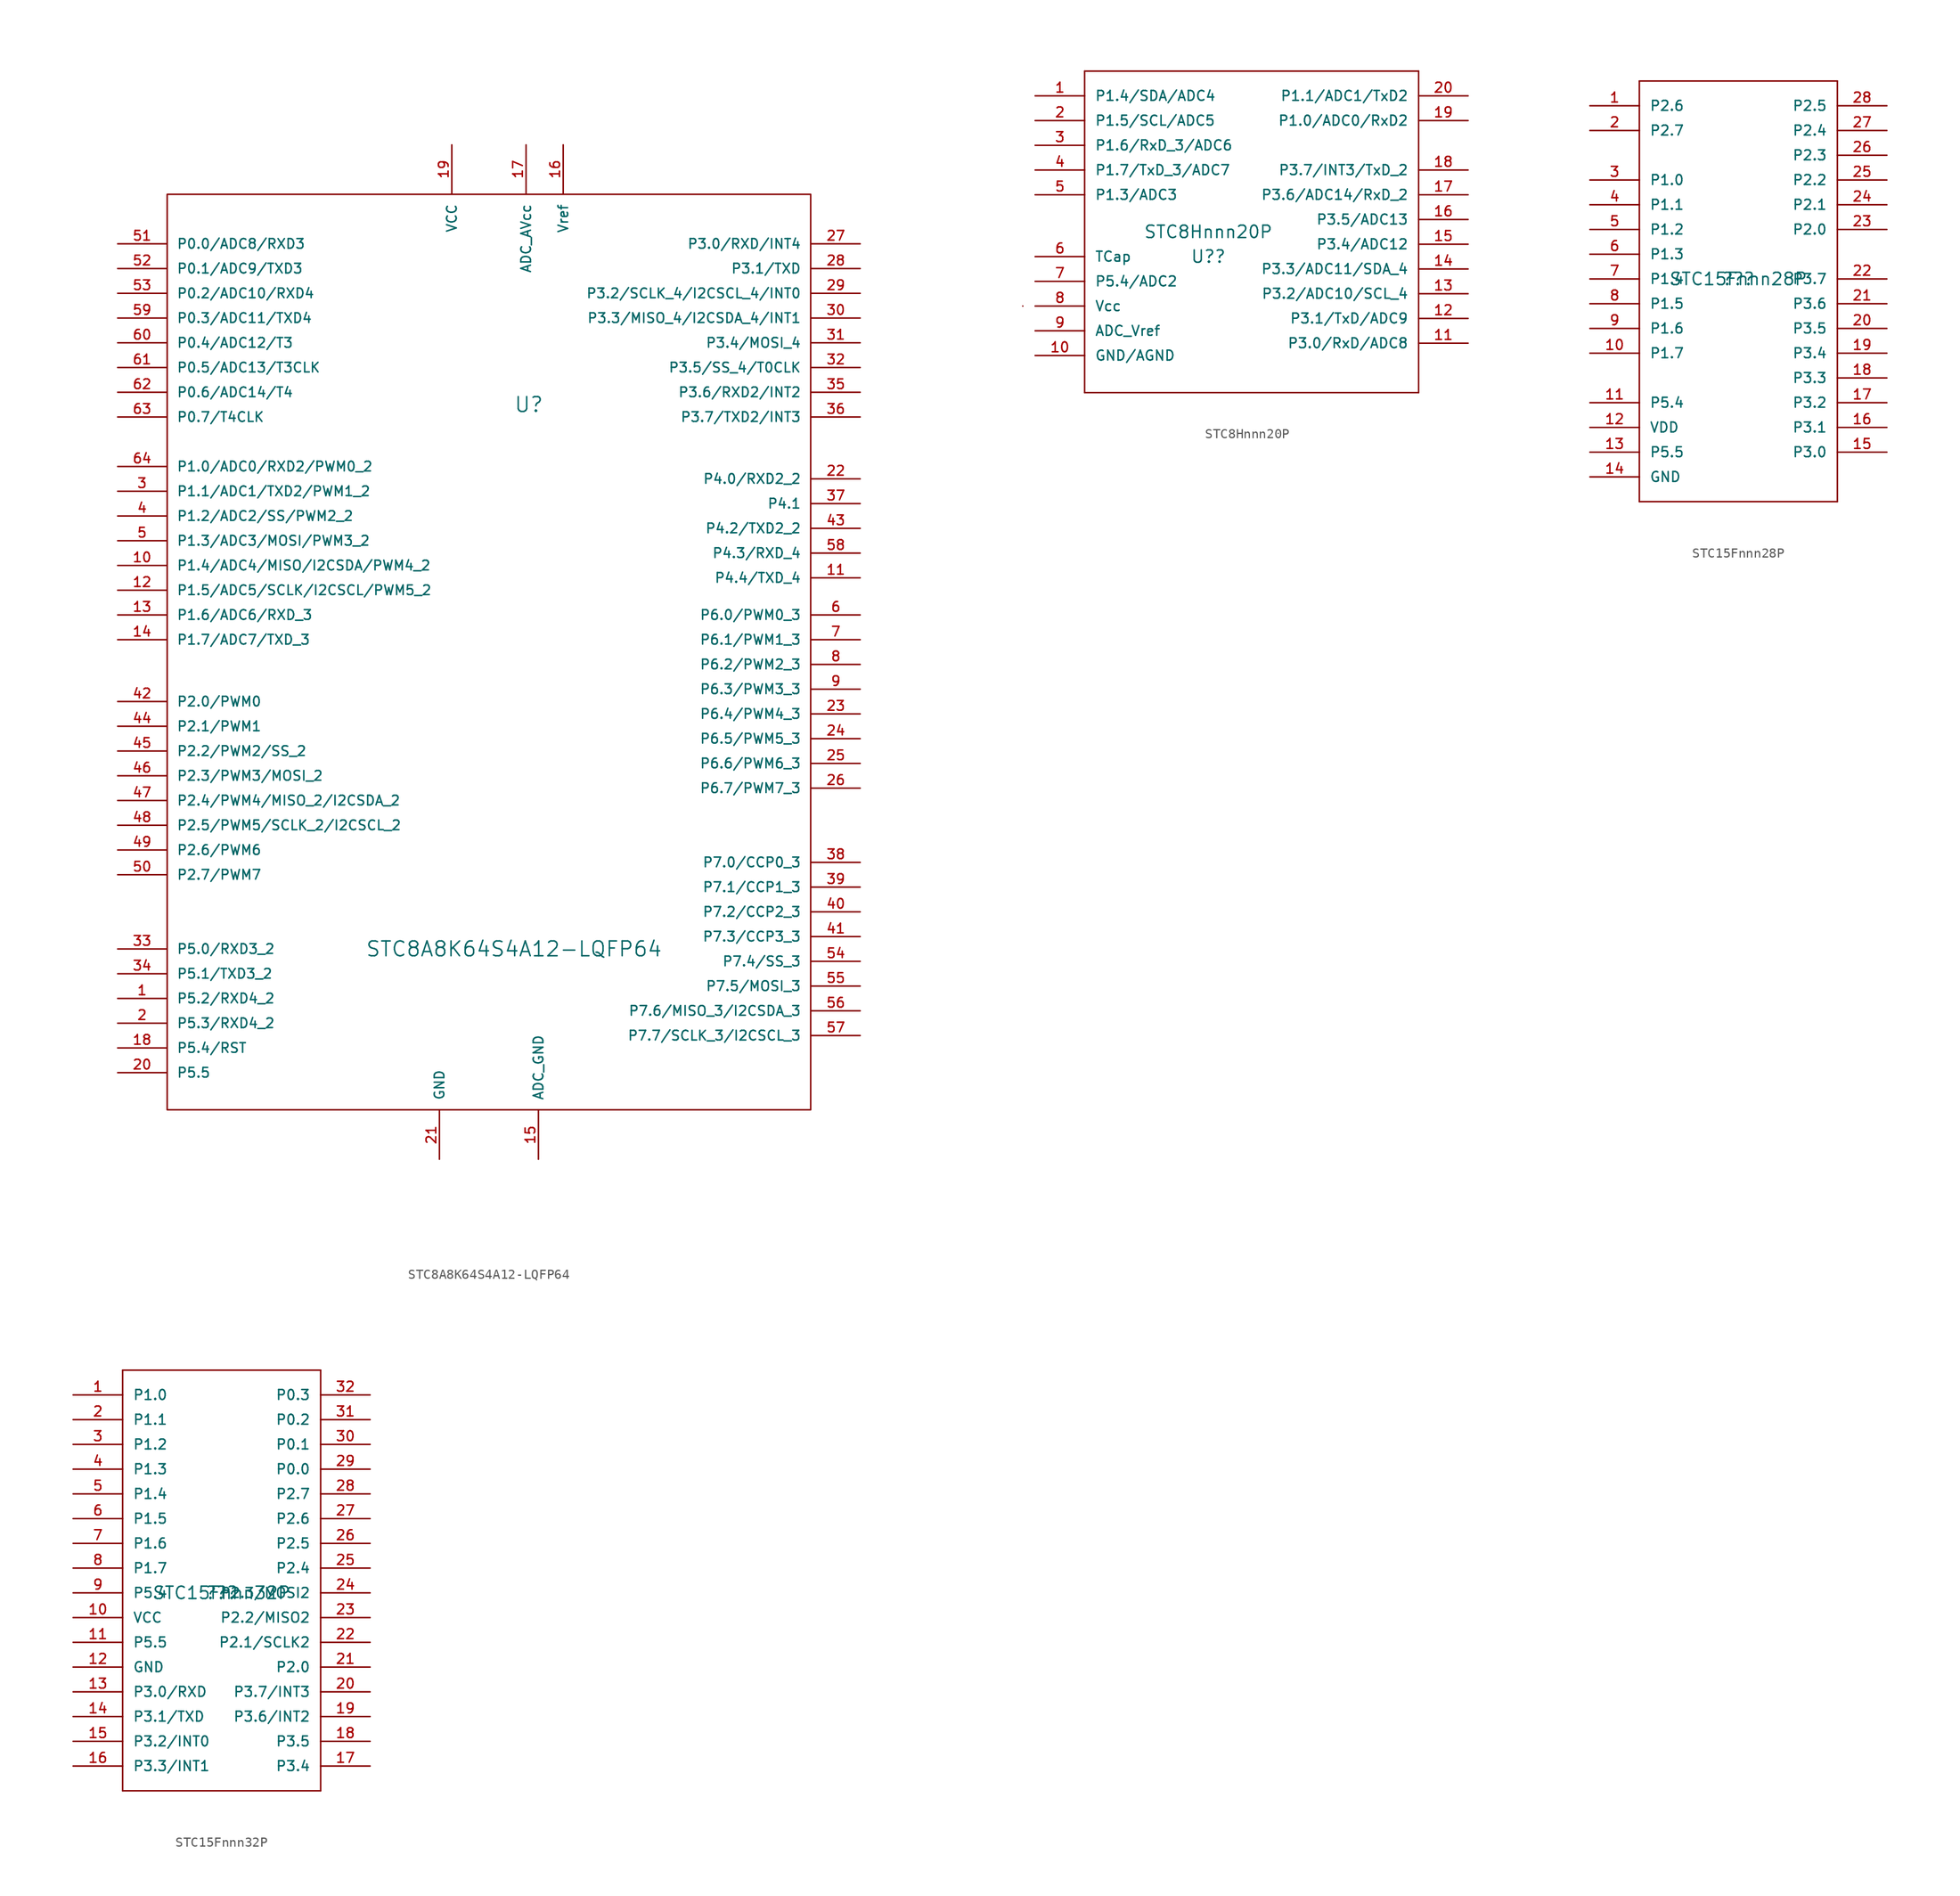
<source format=kicad_sym>
(kicad_symbol_lib
  (version 20211014)
  (generator kicad_symbol_editor)
  (symbol "STC8A8K64S4A12-LQFP64"
    (pin_names
      (offset 1.016))
    (property "Reference" "U"
      (at 2.54 25.4 0)
      (effects (font (size 1.524 1.524)) (justify left)))
    (property "Value" "STC8A8K64S4A12-LQFP64"
      (at -12.7 -30.48 0)
      (effects (font (size 1.524 1.524)) (justify left)))
    (property "Footprint" ""
      (at 0 0 0)
      (effects (font (size 1.524 1.524))))
    (property "Datasheet" ""
      (at 0 0 0)
      (effects (font (size 1.524 1.524))))
    (symbol "STC8A8K64S4A12-LQFP64_0_1"
      (rectangle (start -33.02 46.99) (end 33.02 -46.99) (stroke (width 0) (type default) (color 0 0 0 0)) (fill (type none))))
    (symbol "STC8A8K64S4A12-LQFP64_1_1"
      (pin bidirectional line (at -38.1 -35.56 0) (length 5.004) (name "P5.2/RXD4_2" (effects (font (size 0.991 0.991)))) (number "1" (effects (font (size 0.991 0.991)))))
      (pin bidirectional line (at -38.1 8.89 0) (length 5.004) (name "P1.4/ADC4/MISO/I2CSDA/PWM4_2" (effects (font (size 0.991 0.991)))) (number "10" (effects (font (size 0.991 0.991)))))
      (pin bidirectional line (at 38.1 7.62 180) (length 5.004) (name "P4.4/TXD_4" (effects (font (size 0.991 0.991)))) (number "11" (effects (font (size 0.991 0.991)))))
      (pin bidirectional line (at -38.1 6.35 0) (length 5.004) (name "P1.5/ADC5/SCLK/I2CSCL/PWM5_2" (effects (font (size 0.991 0.991)))) (number "12" (effects (font (size 0.991 0.991)))))
      (pin bidirectional line (at -38.1 3.81 0) (length 5.004) (name "P1.6/ADC6/RXD_3" (effects (font (size 0.991 0.991)))) (number "13" (effects (font (size 0.991 0.991)))))
      (pin bidirectional line (at -38.1 1.27 0) (length 5.004) (name "P1.7/ADC7/TXD_3" (effects (font (size 0.991 0.991)))) (number "14" (effects (font (size 0.991 0.991)))))
      (pin power_in line (at 5.08 -52.07 90) (length 5.004) (name "ADC_GND" (effects (font (size 0.991 0.991)))) (number "15" (effects (font (size 0.991 0.991)))))
      (pin power_in line (at 7.62 52.07 270) (length 5.004) (name "Vref" (effects (font (size 0.991 0.991)))) (number "16" (effects (font (size 0.991 0.991)))))
      (pin power_in line (at 3.81 52.07 270) (length 5.004) (name "ADC_AVcc" (effects (font (size 0.991 0.991)))) (number "17" (effects (font (size 0.991 0.991)))))
      (pin bidirectional line (at -38.1 -40.64 0) (length 5.004) (name "P5.4/RST" (effects (font (size 0.991 0.991)))) (number "18" (effects (font (size 0.991 0.991)))))
      (pin power_in line (at -3.81 52.07 270) (length 5.004) (name "VCC" (effects (font (size 0.991 0.991)))) (number "19" (effects (font (size 0.991 0.991)))))
      (pin bidirectional line (at -38.1 -38.1 0) (length 5.004) (name "P5.3/RXD4_2" (effects (font (size 0.991 0.991)))) (number "2" (effects (font (size 0.991 0.991)))))
      (pin bidirectional line (at -38.1 -43.18 0) (length 5.004) (name "P5.5" (effects (font (size 0.991 0.991)))) (number "20" (effects (font (size 0.991 0.991)))))
      (pin power_in line (at -5.08 -52.07 90) (length 5.004) (name "GND" (effects (font (size 0.991 0.991)))) (number "21" (effects (font (size 0.991 0.991)))))
      (pin bidirectional line (at 38.1 17.78 180) (length 5.004) (name "P4.0/RXD2_2" (effects (font (size 0.991 0.991)))) (number "22" (effects (font (size 0.991 0.991)))))
      (pin bidirectional line (at 38.1 -6.35 180) (length 5.004) (name "P6.4/PWM4_3" (effects (font (size 0.991 0.991)))) (number "23" (effects (font (size 0.991 0.991)))))
      (pin bidirectional line (at 38.1 -8.89 180) (length 5.004) (name "P6.5/PWM5_3" (effects (font (size 0.991 0.991)))) (number "24" (effects (font (size 0.991 0.991)))))
      (pin bidirectional line (at 38.1 -11.43 180) (length 5.004) (name "P6.6/PWM6_3" (effects (font (size 0.991 0.991)))) (number "25" (effects (font (size 0.991 0.991)))))
      (pin bidirectional line (at 38.1 -13.97 180) (length 5.004) (name "P6.7/PWM7_3" (effects (font (size 0.991 0.991)))) (number "26" (effects (font (size 0.991 0.991)))))
      (pin bidirectional line (at 38.1 41.91 180) (length 5.004) (name "P3.0/RXD/INT4" (effects (font (size 0.991 0.991)))) (number "27" (effects (font (size 0.991 0.991)))))
      (pin bidirectional line (at 38.1 39.37 180) (length 5.004) (name "P3.1/TXD" (effects (font (size 0.991 0.991)))) (number "28" (effects (font (size 0.991 0.991)))))
      (pin bidirectional line (at 38.1 36.83 180) (length 5.004) (name "P3.2/SCLK_4/I2CSCL_4/INT0" (effects (font (size 0.991 0.991)))) (number "29" (effects (font (size 0.991 0.991)))))
      (pin bidirectional line (at -38.1 16.51 0) (length 5.004) (name "P1.1/ADC1/TXD2/PWM1_2" (effects (font (size 0.991 0.991)))) (number "3" (effects (font (size 0.991 0.991)))))
      (pin bidirectional line (at 38.1 34.29 180) (length 5.004) (name "P3.3/MISO_4/I2CSDA_4/INT1" (effects (font (size 0.991 0.991)))) (number "30" (effects (font (size 0.991 0.991)))))
      (pin bidirectional line (at 38.1 31.75 180) (length 5.004) (name "P3.4/MOSI_4" (effects (font (size 0.991 0.991)))) (number "31" (effects (font (size 0.991 0.991)))))
      (pin bidirectional line (at 38.1 29.21 180) (length 5.004) (name "P3.5/SS_4/T0CLK" (effects (font (size 0.991 0.991)))) (number "32" (effects (font (size 0.991 0.991)))))
      (pin bidirectional line (at -38.1 -30.48 0) (length 5.004) (name "P5.0/RXD3_2" (effects (font (size 0.991 0.991)))) (number "33" (effects (font (size 0.991 0.991)))))
      (pin bidirectional line (at -38.1 -33.02 0) (length 5.004) (name "P5.1/TXD3_2" (effects (font (size 0.991 0.991)))) (number "34" (effects (font (size 0.991 0.991)))))
      (pin bidirectional line (at 38.1 26.67 180) (length 5.004) (name "P3.6/RXD2/INT2" (effects (font (size 0.991 0.991)))) (number "35" (effects (font (size 0.991 0.991)))))
      (pin bidirectional line (at 38.1 24.13 180) (length 5.004) (name "P3.7/TXD2/INT3" (effects (font (size 0.991 0.991)))) (number "36" (effects (font (size 0.991 0.991)))))
      (pin bidirectional line (at 38.1 15.24 180) (length 5.004) (name "P4.1" (effects (font (size 0.991 0.991)))) (number "37" (effects (font (size 0.991 0.991)))))
      (pin bidirectional line (at 38.1 -21.59 180) (length 5.004) (name "P7.0/CCP0_3" (effects (font (size 0.991 0.991)))) (number "38" (effects (font (size 0.991 0.991)))))
      (pin bidirectional line (at 38.1 -24.13 180) (length 5.004) (name "P7.1/CCP1_3" (effects (font (size 0.991 0.991)))) (number "39" (effects (font (size 0.991 0.991)))))
      (pin bidirectional line (at -38.1 13.97 0) (length 5.004) (name "P1.2/ADC2/SS/PWM2_2" (effects (font (size 0.991 0.991)))) (number "4" (effects (font (size 0.991 0.991)))))
      (pin bidirectional line (at 38.1 -26.67 180) (length 5.004) (name "P7.2/CCP2_3" (effects (font (size 0.991 0.991)))) (number "40" (effects (font (size 0.991 0.991)))))
      (pin bidirectional line (at 38.1 -29.21 180) (length 5.004) (name "P7.3/CCP3_3" (effects (font (size 0.991 0.991)))) (number "41" (effects (font (size 0.991 0.991)))))
      (pin bidirectional line (at -38.1 -5.08 0) (length 5.004) (name "P2.0/PWM0" (effects (font (size 0.991 0.991)))) (number "42" (effects (font (size 0.991 0.991)))))
      (pin bidirectional line (at 38.1 12.7 180) (length 5.004) (name "P4.2/TXD2_2" (effects (font (size 0.991 0.991)))) (number "43" (effects (font (size 0.991 0.991)))))
      (pin bidirectional line (at -38.1 -7.62 0) (length 5.004) (name "P2.1/PWM1" (effects (font (size 0.991 0.991)))) (number "44" (effects (font (size 0.991 0.991)))))
      (pin bidirectional line (at -38.1 -10.16 0) (length 5.004) (name "P2.2/PWM2/SS_2" (effects (font (size 0.991 0.991)))) (number "45" (effects (font (size 0.991 0.991)))))
      (pin bidirectional line (at -38.1 -12.7 0) (length 5.004) (name "P2.3/PWM3/MOSI_2" (effects (font (size 0.991 0.991)))) (number "46" (effects (font (size 0.991 0.991)))))
      (pin bidirectional line (at -38.1 -15.24 0) (length 5.004) (name "P2.4/PWM4/MISO_2/I2CSDA_2" (effects (font (size 0.991 0.991)))) (number "47" (effects (font (size 0.991 0.991)))))
      (pin bidirectional line (at -38.1 -17.78 0) (length 5.004) (name "P2.5/PWM5/SCLK_2/I2CSCL_2" (effects (font (size 0.991 0.991)))) (number "48" (effects (font (size 0.991 0.991)))))
      (pin bidirectional line (at -38.1 -20.32 0) (length 5.004) (name "P2.6/PWM6" (effects (font (size 0.991 0.991)))) (number "49" (effects (font (size 0.991 0.991)))))
      (pin bidirectional line (at -38.1 11.43 0) (length 5.004) (name "P1.3/ADC3/MOSI/PWM3_2" (effects (font (size 0.991 0.991)))) (number "5" (effects (font (size 0.991 0.991)))))
      (pin bidirectional line (at -38.1 -22.86 0) (length 5.004) (name "P2.7/PWM7" (effects (font (size 0.991 0.991)))) (number "50" (effects (font (size 0.991 0.991)))))
      (pin bidirectional line (at -38.1 41.91 0) (length 5.004) (name "P0.0/ADC8/RXD3" (effects (font (size 0.991 0.991)))) (number "51" (effects (font (size 0.991 0.991)))))
      (pin bidirectional line (at -38.1 39.37 0) (length 5.004) (name "P0.1/ADC9/TXD3" (effects (font (size 0.991 0.991)))) (number "52" (effects (font (size 0.991 0.991)))))
      (pin bidirectional line (at -38.1 36.83 0) (length 5.004) (name "P0.2/ADC10/RXD4" (effects (font (size 0.991 0.991)))) (number "53" (effects (font (size 0.991 0.991)))))
      (pin bidirectional line (at 38.1 -31.75 180) (length 5.004) (name "P7.4/SS_3" (effects (font (size 0.991 0.991)))) (number "54" (effects (font (size 0.991 0.991)))))
      (pin bidirectional line (at 38.1 -34.29 180) (length 5.004) (name "P7.5/MOSI_3" (effects (font (size 0.991 0.991)))) (number "55" (effects (font (size 0.991 0.991)))))
      (pin bidirectional line (at 38.1 -36.83 180) (length 5.004) (name "P7.6/MISO_3/I2CSDA_3" (effects (font (size 0.991 0.991)))) (number "56" (effects (font (size 0.991 0.991)))))
      (pin bidirectional line (at 38.1 -39.37 180) (length 5.004) (name "P7.7/SCLK_3/I2CSCL_3" (effects (font (size 0.991 0.991)))) (number "57" (effects (font (size 0.991 0.991)))))
      (pin bidirectional line (at 38.1 10.16 180) (length 5.004) (name "P4.3/RXD_4" (effects (font (size 0.991 0.991)))) (number "58" (effects (font (size 0.991 0.991)))))
      (pin bidirectional line (at -38.1 34.29 0) (length 5.004) (name "P0.3/ADC11/TXD4" (effects (font (size 0.991 0.991)))) (number "59" (effects (font (size 0.991 0.991)))))
      (pin bidirectional line (at 38.1 3.81 180) (length 5.004) (name "P6.0/PWM0_3" (effects (font (size 0.991 0.991)))) (number "6" (effects (font (size 0.991 0.991)))))
      (pin bidirectional line (at -38.1 31.75 0) (length 5.004) (name "P0.4/ADC12/T3" (effects (font (size 0.991 0.991)))) (number "60" (effects (font (size 0.991 0.991)))))
      (pin bidirectional line (at -38.1 29.21 0) (length 5.004) (name "P0.5/ADC13/T3CLK" (effects (font (size 0.991 0.991)))) (number "61" (effects (font (size 0.991 0.991)))))
      (pin bidirectional line (at -38.1 26.67 0) (length 5.004) (name "P0.6/ADC14/T4" (effects (font (size 0.991 0.991)))) (number "62" (effects (font (size 0.991 0.991)))))
      (pin bidirectional line (at -38.1 24.13 0) (length 5.004) (name "P0.7/T4CLK" (effects (font (size 0.991 0.991)))) (number "63" (effects (font (size 0.991 0.991)))))
      (pin bidirectional line (at -38.1 19.05 0) (length 5.004) (name "P1.0/ADC0/RXD2/PWM0_2" (effects (font (size 0.991 0.991)))) (number "64" (effects (font (size 0.991 0.991)))))
      (pin bidirectional line (at 38.1 1.27 180) (length 5.004) (name "P6.1/PWM1_3" (effects (font (size 0.991 0.991)))) (number "7" (effects (font (size 0.991 0.991)))))
      (pin bidirectional line (at 38.1 -1.27 180) (length 5.004) (name "P6.2/PWM2_3" (effects (font (size 0.991 0.991)))) (number "8" (effects (font (size 0.991 0.991)))))
      (pin bidirectional line (at 38.1 -3.81 180) (length 5.004) (name "P6.3/PWM3_3" (effects (font (size 0.991 0.991)))) (number "9" (effects (font (size 0.991 0.991)))))))
  (symbol "STC8Hnnn20P"
    (pin_names
      (offset 1.016))
    (property "Reference" "U?"
      (at -5.08 0 0)
      (effects (font (size 1.27 1.27))))
    (property "Value" "STC8Hnnn20P"
      (at -5.08 2.54 0)
      (effects (font (size 1.27 1.27))))
    (property "ki_locked" ""
      (at 0 0 0)
      (effects (font (size 1.27 1.27))))
    (symbol "STC8Hnnn20P_1_0"
      (polyline (pts (xy -17.78 -13.97) (xy 16.51 -13.97)) (stroke (width 0) (type default) (color 0 0 0 0)) (fill (type none)))
      (polyline (pts (xy -17.78 19.05) (xy -17.78 -13.97)) (stroke (width 0) (type default) (color 0 0 0 0)) (fill (type none)))
      (polyline (pts (xy 16.51 -13.97) (xy 16.51 19.05)) (stroke (width 0) (type default) (color 0 0 0 0)) (fill (type none)))
      (polyline (pts (xy 16.51 19.05) (xy -17.78 19.05)) (stroke (width 0) (type default) (color 0 0 0 0)) (fill (type none))))
    (symbol "STC8Hnnn20P_1_1"
      (rectangle (start -24.13 -5.08) (end -24.13 -5.08) (stroke (width 0) (type default) (color 0 0 0 0)) (fill (type none)))
      (pin bidirectional line (at -22.86 16.51 0) (length 5.08) (name "P1.4/SDA/ADC4" (effects (font (size 1.016 1.016)))) (number "1" (effects (font (size 1.016 1.016)))))
      (pin power_in line (at -22.86 -10.16 0) (length 5.08) (name "GND/AGND" (effects (font (size 1.016 1.016)))) (number "10" (effects (font (size 1.016 1.016)))))
      (pin bidirectional line (at 21.59 -8.89 180) (length 5.08) (name "P3.0/RxD/ADC8" (effects (font (size 1.016 1.016)))) (number "11" (effects (font (size 1.016 1.016)))))
      (pin bidirectional line (at 21.59 -6.35 180) (length 5.08) (name "P3.1/TxD/ADC9" (effects (font (size 1.016 1.016)))) (number "12" (effects (font (size 1.016 1.016)))))
      (pin bidirectional line (at 21.59 -3.81 180) (length 5.08) (name "P3.2/ADC10/SCL_4" (effects (font (size 1.016 1.016)))) (number "13" (effects (font (size 1.016 1.016)))))
      (pin bidirectional line (at 21.59 -1.27 180) (length 5.08) (name "P3.3/ADC11/SDA_4" (effects (font (size 1.016 1.016)))) (number "14" (effects (font (size 1.016 1.016)))))
      (pin bidirectional line (at 21.59 1.27 180) (length 5.08) (name "P3.4/ADC12" (effects (font (size 1.016 1.016)))) (number "15" (effects (font (size 1.016 1.016)))))
      (pin bidirectional line (at 21.59 3.81 180) (length 5.08) (name "P3.5/ADC13" (effects (font (size 1.016 1.016)))) (number "16" (effects (font (size 1.016 1.016)))))
      (pin bidirectional line (at 21.59 6.35 180) (length 5.08) (name "P3.6/ADC14/RxD_2" (effects (font (size 1.016 1.016)))) (number "17" (effects (font (size 1.016 1.016)))))
      (pin bidirectional line (at 21.59 8.89 180) (length 5.08) (name "P3.7/INT3/TxD_2" (effects (font (size 1.016 1.016)))) (number "18" (effects (font (size 1.016 1.016)))))
      (pin bidirectional line (at 21.59 13.97 180) (length 5.08) (name "P1.0/ADC0/RxD2" (effects (font (size 1.016 1.016)))) (number "19" (effects (font (size 1.016 1.016)))))
      (pin bidirectional line (at -22.86 13.97 0) (length 5.08) (name "P1.5/SCL/ADC5" (effects (font (size 1.016 1.016)))) (number "2" (effects (font (size 1.016 1.016)))))
      (pin bidirectional line (at 21.59 16.51 180) (length 5.08) (name "P1.1/ADC1/TxD2" (effects (font (size 1.016 1.016)))) (number "20" (effects (font (size 1.016 1.016)))))
      (pin bidirectional line (at -22.86 11.43 0) (length 5.08) (name "P1.6/RxD_3/ADC6" (effects (font (size 1.016 1.016)))) (number "3" (effects (font (size 1.016 1.016)))))
      (pin bidirectional line (at -22.86 8.89 0) (length 5.08) (name "P1.7/TxD_3/ADC7" (effects (font (size 1.016 1.016)))) (number "4" (effects (font (size 1.016 1.016)))))
      (pin bidirectional line (at -22.86 6.35 0) (length 5.08) (name "P1.3/ADC3" (effects (font (size 1.016 1.016)))) (number "5" (effects (font (size 1.016 1.016)))))
      (pin bidirectional line (at -22.86 0 0) (length 5.08) (name "TCap" (effects (font (size 1.016 1.016)))) (number "6" (effects (font (size 1.016 1.016)))))
      (pin bidirectional line (at -22.86 -2.54 0) (length 5.08) (name "P5.4/ADC2" (effects (font (size 1.016 1.016)))) (number "7" (effects (font (size 1.016 1.016)))))
      (pin power_in line (at -22.86 -5.08 0) (length 5.08) (name "Vcc" (effects (font (size 1.016 1.016)))) (number "8" (effects (font (size 1.016 1.016)))))
      (pin input line (at -22.86 -7.62 0) (length 5.08) (name "ADC_Vref" (effects (font (size 1.016 1.016)))) (number "9" (effects (font (size 1.016 1.016)))))))
  (symbol "STC15Fnnn28P"
    (pin_names
      (offset 1.016))
    (property "Reference" "??"
      (at 0 0 0)
      (effects (font (size 1.27 1.27))))
    (property "Value" "STC15Fnnn28P"
      (at 0 0 0)
      (effects (font (size 1.27 1.27))))
    (property "ki_locked" ""
      (at 0 0 0)
      (effects (font (size 1.27 1.27))))
    (symbol "STC15Fnnn28P_1_0"
      (polyline (pts (xy -10.16 -22.86) (xy 10.16 -22.86)) (stroke (width 0) (type default) (color 0 0 0 0)) (fill (type none)))
      (polyline (pts (xy -10.16 20.32) (xy -10.16 -22.86)) (stroke (width 0) (type default) (color 0 0 0 0)) (fill (type none)))
      (polyline (pts (xy 10.16 -22.86) (xy 10.16 20.32)) (stroke (width 0) (type default) (color 0 0 0 0)) (fill (type none)))
      (polyline (pts (xy 10.16 20.32) (xy -10.16 20.32)) (stroke (width 0) (type default) (color 0 0 0 0)) (fill (type none))))
    (symbol "STC15Fnnn28P_1_1"
      (pin bidirectional line (at -15.24 17.78 0) (length 5.08) (name "P2.6" (effects (font (size 1.016 1.016)))) (number "1" (effects (font (size 1.016 1.016)))))
      (pin bidirectional line (at -15.24 -7.62 0) (length 5.08) (name "P1.7" (effects (font (size 1.016 1.016)))) (number "10" (effects (font (size 1.016 1.016)))))
      (pin bidirectional line (at -15.24 -12.7 0) (length 5.08) (name "P5.4" (effects (font (size 1.016 1.016)))) (number "11" (effects (font (size 1.016 1.016)))))
      (pin bidirectional line (at -15.24 -15.24 0) (length 5.08) (name "VDD" (effects (font (size 1.016 1.016)))) (number "12" (effects (font (size 1.016 1.016)))))
      (pin bidirectional line (at -15.24 -17.78 0) (length 5.08) (name "P5.5" (effects (font (size 1.016 1.016)))) (number "13" (effects (font (size 1.016 1.016)))))
      (pin bidirectional line (at -15.24 -20.32 0) (length 5.08) (name "GND" (effects (font (size 1.016 1.016)))) (number "14" (effects (font (size 1.016 1.016)))))
      (pin bidirectional line (at 15.24 -17.78 180) (length 5.08) (name "P3.0" (effects (font (size 1.016 1.016)))) (number "15" (effects (font (size 1.016 1.016)))))
      (pin bidirectional line (at 15.24 -15.24 180) (length 5.08) (name "P3.1" (effects (font (size 1.016 1.016)))) (number "16" (effects (font (size 1.016 1.016)))))
      (pin bidirectional line (at 15.24 -12.7 180) (length 5.08) (name "P3.2" (effects (font (size 1.016 1.016)))) (number "17" (effects (font (size 1.016 1.016)))))
      (pin bidirectional line (at 15.24 -10.16 180) (length 5.08) (name "P3.3" (effects (font (size 1.016 1.016)))) (number "18" (effects (font (size 1.016 1.016)))))
      (pin bidirectional line (at 15.24 -7.62 180) (length 5.08) (name "P3.4" (effects (font (size 1.016 1.016)))) (number "19" (effects (font (size 1.016 1.016)))))
      (pin bidirectional line (at -15.24 15.24 0) (length 5.08) (name "P2.7" (effects (font (size 1.016 1.016)))) (number "2" (effects (font (size 1.016 1.016)))))
      (pin bidirectional line (at 15.24 -5.08 180) (length 5.08) (name "P3.5" (effects (font (size 1.016 1.016)))) (number "20" (effects (font (size 1.016 1.016)))))
      (pin bidirectional line (at 15.24 -2.54 180) (length 5.08) (name "P3.6" (effects (font (size 1.016 1.016)))) (number "21" (effects (font (size 1.016 1.016)))))
      (pin bidirectional line (at 15.24 0 180) (length 5.08) (name "P3.7" (effects (font (size 1.016 1.016)))) (number "22" (effects (font (size 1.016 1.016)))))
      (pin bidirectional line (at 15.24 5.08 180) (length 5.08) (name "P2.0" (effects (font (size 1.016 1.016)))) (number "23" (effects (font (size 1.016 1.016)))))
      (pin bidirectional line (at 15.24 7.62 180) (length 5.08) (name "P2.1" (effects (font (size 1.016 1.016)))) (number "24" (effects (font (size 1.016 1.016)))))
      (pin bidirectional line (at 15.24 10.16 180) (length 5.08) (name "P2.2" (effects (font (size 1.016 1.016)))) (number "25" (effects (font (size 1.016 1.016)))))
      (pin bidirectional line (at 15.24 12.7 180) (length 5.08) (name "P2.3" (effects (font (size 1.016 1.016)))) (number "26" (effects (font (size 1.016 1.016)))))
      (pin bidirectional line (at 15.24 15.24 180) (length 5.08) (name "P2.4" (effects (font (size 1.016 1.016)))) (number "27" (effects (font (size 1.016 1.016)))))
      (pin bidirectional line (at 15.24 17.78 180) (length 5.08) (name "P2.5" (effects (font (size 1.016 1.016)))) (number "28" (effects (font (size 1.016 1.016)))))
      (pin bidirectional line (at -15.24 10.16 0) (length 5.08) (name "P1.0" (effects (font (size 1.016 1.016)))) (number "3" (effects (font (size 1.016 1.016)))))
      (pin bidirectional line (at -15.24 7.62 0) (length 5.08) (name "P1.1" (effects (font (size 1.016 1.016)))) (number "4" (effects (font (size 1.016 1.016)))))
      (pin bidirectional line (at -15.24 5.08 0) (length 5.08) (name "P1.2" (effects (font (size 1.016 1.016)))) (number "5" (effects (font (size 1.016 1.016)))))
      (pin bidirectional line (at -15.24 2.54 0) (length 5.08) (name "P1.3" (effects (font (size 1.016 1.016)))) (number "6" (effects (font (size 1.016 1.016)))))
      (pin bidirectional line (at -15.24 0 0) (length 5.08) (name "P1.4" (effects (font (size 1.016 1.016)))) (number "7" (effects (font (size 1.016 1.016)))))
      (pin bidirectional line (at -15.24 -2.54 0) (length 5.08) (name "P1.5" (effects (font (size 1.016 1.016)))) (number "8" (effects (font (size 1.016 1.016)))))
      (pin bidirectional line (at -15.24 -5.08 0) (length 5.08) (name "P1.6" (effects (font (size 1.016 1.016)))) (number "9" (effects (font (size 1.016 1.016)))))))
  (symbol "STC15Fnnn32P"
    (pin_names
      (offset 1.016))
    (property "Reference" "??"
      (at 0 0 0)
      (effects (font (size 1.27 1.27))))
    (property "Value" "STC15Fnnn32P"
      (at 0 0 0)
      (effects (font (size 1.27 1.27))))
    (property "ki_locked" ""
      (at 0 0 0)
      (effects (font (size 1.27 1.27))))
    (symbol "STC15Fnnn32P_1_0"
      (polyline (pts (xy -10.16 -20.32) (xy 10.16 -20.32)) (stroke (width 0) (type default) (color 0 0 0 0)) (fill (type none)))
      (polyline (pts (xy -10.16 22.86) (xy -10.16 -20.32)) (stroke (width 0) (type default) (color 0 0 0 0)) (fill (type none)))
      (polyline (pts (xy 10.16 -20.32) (xy 10.16 22.86)) (stroke (width 0) (type default) (color 0 0 0 0)) (fill (type none)))
      (polyline (pts (xy 10.16 22.86) (xy -10.16 22.86)) (stroke (width 0) (type default) (color 0 0 0 0)) (fill (type none))))
    (symbol "STC15Fnnn32P_1_1"
      (pin bidirectional line (at -15.24 20.32 0) (length 5.08) (name "P1.0" (effects (font (size 1.016 1.016)))) (number "1" (effects (font (size 1.016 1.016)))))
      (pin bidirectional line (at -15.24 -2.54 0) (length 5.08) (name "VCC" (effects (font (size 1.016 1.016)))) (number "10" (effects (font (size 1.016 1.016)))))
      (pin bidirectional line (at -15.24 -5.08 0) (length 5.08) (name "P5.5" (effects (font (size 1.016 1.016)))) (number "11" (effects (font (size 1.016 1.016)))))
      (pin bidirectional line (at -15.24 -7.62 0) (length 5.08) (name "GND" (effects (font (size 1.016 1.016)))) (number "12" (effects (font (size 1.016 1.016)))))
      (pin bidirectional line (at -15.24 -10.16 0) (length 5.08) (name "P3.0/RXD" (effects (font (size 1.016 1.016)))) (number "13" (effects (font (size 1.016 1.016)))))
      (pin bidirectional line (at -15.24 -12.7 0) (length 5.08) (name "P3.1/TXD" (effects (font (size 1.016 1.016)))) (number "14" (effects (font (size 1.016 1.016)))))
      (pin bidirectional line (at -15.24 -15.24 0) (length 5.08) (name "P3.2/INT0" (effects (font (size 1.016 1.016)))) (number "15" (effects (font (size 1.016 1.016)))))
      (pin bidirectional line (at -15.24 -17.78 0) (length 5.08) (name "P3.3/INT1" (effects (font (size 1.016 1.016)))) (number "16" (effects (font (size 1.016 1.016)))))
      (pin bidirectional line (at 15.24 -17.78 180) (length 5.08) (name "P3.4" (effects (font (size 1.016 1.016)))) (number "17" (effects (font (size 1.016 1.016)))))
      (pin bidirectional line (at 15.24 -15.24 180) (length 5.08) (name "P3.5" (effects (font (size 1.016 1.016)))) (number "18" (effects (font (size 1.016 1.016)))))
      (pin bidirectional line (at 15.24 -12.7 180) (length 5.08) (name "P3.6/INT2" (effects (font (size 1.016 1.016)))) (number "19" (effects (font (size 1.016 1.016)))))
      (pin bidirectional line (at -15.24 17.78 0) (length 5.08) (name "P1.1" (effects (font (size 1.016 1.016)))) (number "2" (effects (font (size 1.016 1.016)))))
      (pin bidirectional line (at 15.24 -10.16 180) (length 5.08) (name "P3.7/INT3" (effects (font (size 1.016 1.016)))) (number "20" (effects (font (size 1.016 1.016)))))
      (pin bidirectional line (at 15.24 -7.62 180) (length 5.08) (name "P2.0" (effects (font (size 1.016 1.016)))) (number "21" (effects (font (size 1.016 1.016)))))
      (pin bidirectional line (at 15.24 -5.08 180) (length 5.08) (name "P2.1/SCLK2" (effects (font (size 1.016 1.016)))) (number "22" (effects (font (size 1.016 1.016)))))
      (pin bidirectional line (at 15.24 -2.54 180) (length 5.08) (name "P2.2/MISO2" (effects (font (size 1.016 1.016)))) (number "23" (effects (font (size 1.016 1.016)))))
      (pin bidirectional line (at 15.24 0 180) (length 5.08) (name "P2.3/MOSI2" (effects (font (size 1.016 1.016)))) (number "24" (effects (font (size 1.016 1.016)))))
      (pin bidirectional line (at 15.24 2.54 180) (length 5.08) (name "P2.4" (effects (font (size 1.016 1.016)))) (number "25" (effects (font (size 1.016 1.016)))))
      (pin bidirectional line (at 15.24 5.08 180) (length 5.08) (name "P2.5" (effects (font (size 1.016 1.016)))) (number "26" (effects (font (size 1.016 1.016)))))
      (pin bidirectional line (at 15.24 7.62 180) (length 5.08) (name "P2.6" (effects (font (size 1.016 1.016)))) (number "27" (effects (font (size 1.016 1.016)))))
      (pin bidirectional line (at 15.24 10.16 180) (length 5.08) (name "P2.7" (effects (font (size 1.016 1.016)))) (number "28" (effects (font (size 1.016 1.016)))))
      (pin bidirectional line (at 15.24 12.7 180) (length 5.08) (name "P0.0" (effects (font (size 1.016 1.016)))) (number "29" (effects (font (size 1.016 1.016)))))
      (pin bidirectional line (at -15.24 15.24 0) (length 5.08) (name "P1.2" (effects (font (size 1.016 1.016)))) (number "3" (effects (font (size 1.016 1.016)))))
      (pin bidirectional line (at 15.24 15.24 180) (length 5.08) (name "P0.1" (effects (font (size 1.016 1.016)))) (number "30" (effects (font (size 1.016 1.016)))))
      (pin bidirectional line (at 15.24 17.78 180) (length 5.08) (name "P0.2" (effects (font (size 1.016 1.016)))) (number "31" (effects (font (size 1.016 1.016)))))
      (pin bidirectional line (at 15.24 20.32 180) (length 5.08) (name "P0.3" (effects (font (size 1.016 1.016)))) (number "32" (effects (font (size 1.016 1.016)))))
      (pin bidirectional line (at -15.24 12.7 0) (length 5.08) (name "P1.3" (effects (font (size 1.016 1.016)))) (number "4" (effects (font (size 1.016 1.016)))))
      (pin bidirectional line (at -15.24 10.16 0) (length 5.08) (name "P1.4" (effects (font (size 1.016 1.016)))) (number "5" (effects (font (size 1.016 1.016)))))
      (pin bidirectional line (at -15.24 7.62 0) (length 5.08) (name "P1.5" (effects (font (size 1.016 1.016)))) (number "6" (effects (font (size 1.016 1.016)))))
      (pin bidirectional line (at -15.24 5.08 0) (length 5.08) (name "P1.6" (effects (font (size 1.016 1.016)))) (number "7" (effects (font (size 1.016 1.016)))))
      (pin bidirectional line (at -15.24 2.54 0) (length 5.08) (name "P1.7" (effects (font (size 1.016 1.016)))) (number "8" (effects (font (size 1.016 1.016)))))
      (pin bidirectional line (at -15.24 0 0) (length 5.08) (name "P5.4" (effects (font (size 1.016 1.016)))) (number "9" (effects (font (size 1.016 1.016))))))))
</source>
